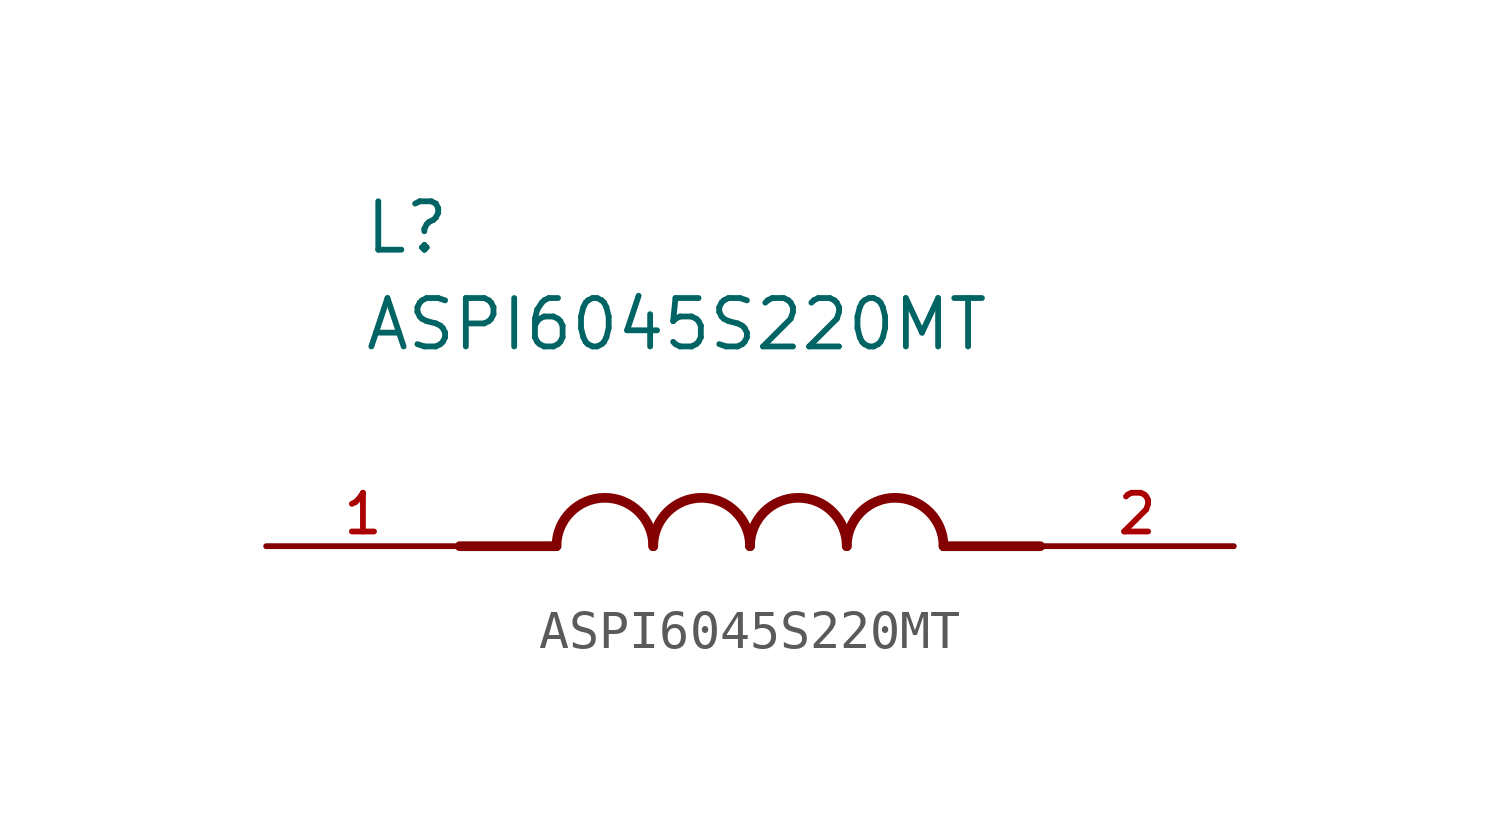
<source format=kicad_sym>
(kicad_symbol_lib
  (version 20211014)
  (generator kicad_symbol_editor)
  (symbol "ASPI6045S220MT"
    (pin_names
      (offset 1.016))
    (property "Reference" "L"
      (at -10.16 7.62 0)
      (effects (font (size 1.27 1.27)) (justify bottom left)))
    (property "Value" "ASPI6045S220MT"
      (at -10.16 5.08 0)
      (effects (font (size 1.27 1.27)) (justify bottom left)))
    (symbol "ASPI6045S220MT_0_0"
      (polyline (pts (xy -5.08 0.0) (xy -7.62 0.0)) (stroke (width 0.254)))
      (polyline (pts (xy 5.08 0.0) (xy 7.62 0.0)) (stroke (width 0.254)))
      (arc (start -2.54 0.0) (mid -3.81 1.27) (end -5.08 0.0) (stroke (width 0.254) (type default) (color 0 0 0 0)) (fill (type none)))
      (arc (start 0.0 0.0) (mid -1.27 1.27) (end -2.54 0.0) (stroke (width 0.254) (type default) (color 0 0 0 0)) (fill (type none)))
      (arc (start 2.54 0.0) (mid 1.27 1.27) (end 0.0 0.0) (stroke (width 0.254) (type default) (color 0 0 0 0)) (fill (type none)))
      (arc (start 5.08 0.0) (mid 3.81 1.27) (end 2.54 0.0) (stroke (width 0.254) (type default) (color 0 0 0 0)) (fill (type none)))
      (pin passive line (at -12.7 0.0 0) (length 5.08) (name "~" (effects (font (size 1.016 1.016)))) (number "1" (effects (font (size 1.016 1.016)))))
      (pin passive line (at 12.7 0.0 180.0) (length 5.08) (name "~" (effects (font (size 1.016 1.016)))) (number "2" (effects (font (size 1.016 1.016))))))))
</source>
